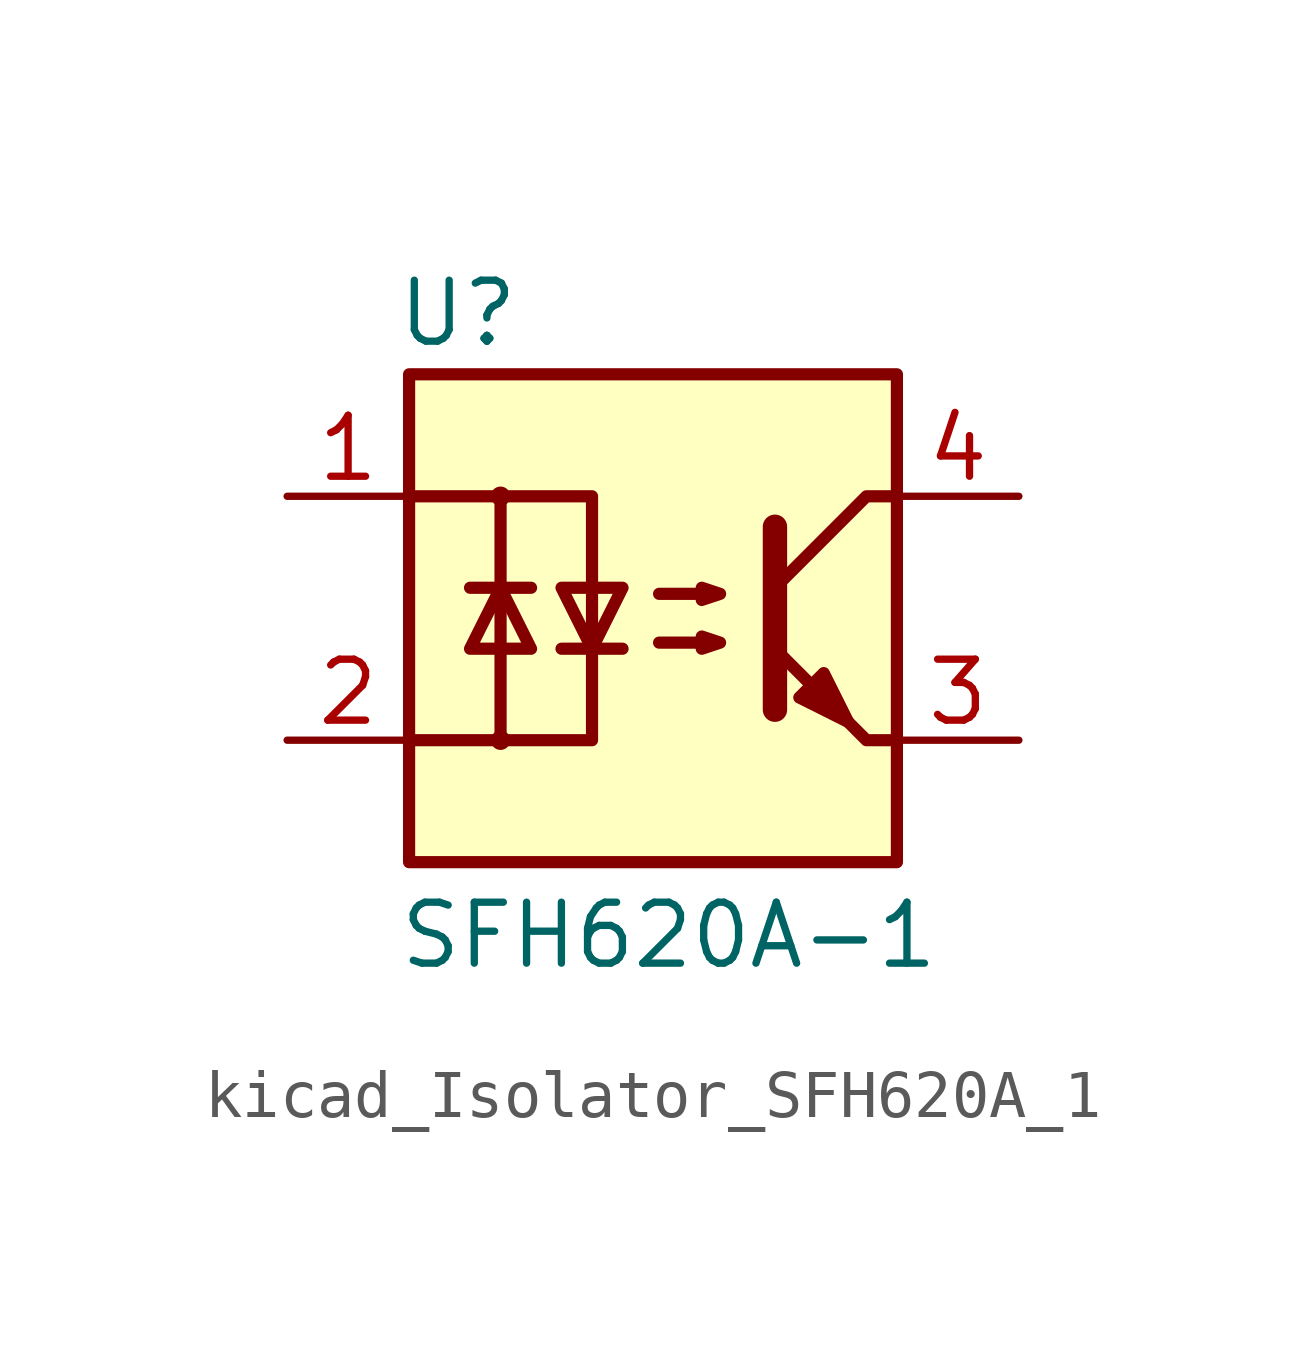
<source format=kicad_sym>
(kicad_symbol_lib
  (version 20220914)
  (generator kicad_symbol_editor)
  (symbol "kicad_Isolator_SFH620A_1"
    (pin_names
      (offset 1.016))
    (property "Reference" "U"
      (at -4.064 6.35 0)
      (effects (font (size 1.27 1.27))))
    (property "Value" "SFH620A-1"
      (at -5.334 -6.604 0)
      (effects (font (size 1.27 1.27)) (justify left)))
    (symbol "kicad_Isolator_SFH620A_1_0_1"
      (rectangle (start -5.08 5.08) (end 5.08 -5.08) (stroke (width 0.254) (type default)) (fill (type background))))
    (symbol "kicad_Isolator_SFH620A_1_1_1"
      (circle (center -3.175 -2.54) (radius 0.127) (stroke (width 0) (type default)) (fill (type none)))
      (circle (center -3.175 2.54) (radius 0.127) (stroke (width 0) (type default)) (fill (type none)))
      (polyline (pts (xy -3.81 0.635) (xy -2.54 0.635)) (stroke (width 0.254) (type default)) (fill (type none)))
      (polyline (pts (xy -1.905 -0.635) (xy -0.635 -0.635)) (stroke (width 0.254) (type default)) (fill (type none)))
      (polyline (pts (xy 2.54 1.905) (xy 2.54 -1.905) (xy 2.54 -1.905)) (stroke (width 0.508) (type default)) (fill (type none)))
      (polyline (pts (xy 5.08 -2.54) (xy 4.445 -2.54) (xy 2.54 -0.635)) (stroke (width 0.254) (type default)) (fill (type none)))
      (polyline (pts (xy 5.08 2.54) (xy 4.445 2.54) (xy 2.54 0.635)) (stroke (width 0.254) (type default)) (fill (type none)))
      (polyline (pts (xy -5.08 2.54) (xy -3.175 2.54) (xy -3.175 -2.54) (xy -5.08 -2.54)) (stroke (width 0.254) (type default)) (fill (type none)))
      (polyline (pts (xy -3.175 -2.54) (xy -1.27 -2.54) (xy -1.27 2.54) (xy -3.175 2.54)) (stroke (width 0.254) (type default)) (fill (type none)))
      (polyline (pts (xy -3.175 0.635) (xy -3.81 -0.635) (xy -2.54 -0.635) (xy -3.175 0.635)) (stroke (width 0.254) (type default)) (fill (type none)))
      (polyline (pts (xy -1.27 -0.635) (xy -1.905 0.635) (xy -0.635 0.635) (xy -1.27 -0.635)) (stroke (width 0.254) (type default)) (fill (type none)))
      (polyline (pts (xy 0.127 -0.508) (xy 1.397 -0.508) (xy 1.016 -0.635) (xy 1.016 -0.381) (xy 1.397 -0.508)) (stroke (width 0.254) (type default)) (fill (type none)))
      (polyline (pts (xy 0.127 0.508) (xy 1.397 0.508) (xy 1.016 0.381) (xy 1.016 0.635) (xy 1.397 0.508)) (stroke (width 0.254) (type default)) (fill (type none)))
      (polyline (pts (xy 3.048 -1.651) (xy 3.556 -1.143) (xy 4.064 -2.159) (xy 3.048 -1.651) (xy 3.048 -1.651)) (stroke (width 0.254) (type default)) (fill (type outline)))
      (pin passive line (at -7.62 2.54 0) (length 2.54) (name "~" (effects (font (size 1.27 1.27)))) (number "1" (effects (font (size 1.27 1.27)))))
      (pin passive line (at -7.62 -2.54 0) (length 2.54) (name "~" (effects (font (size 1.27 1.27)))) (number "2" (effects (font (size 1.27 1.27)))))
      (pin passive line (at 7.62 -2.54 180) (length 2.54) (name "~" (effects (font (size 1.27 1.27)))) (number "3" (effects (font (size 1.27 1.27)))))
      (pin passive line (at 7.62 2.54 180) (length 2.54) (name "~" (effects (font (size 1.27 1.27)))) (number "4" (effects (font (size 1.27 1.27))))))))
</source>
